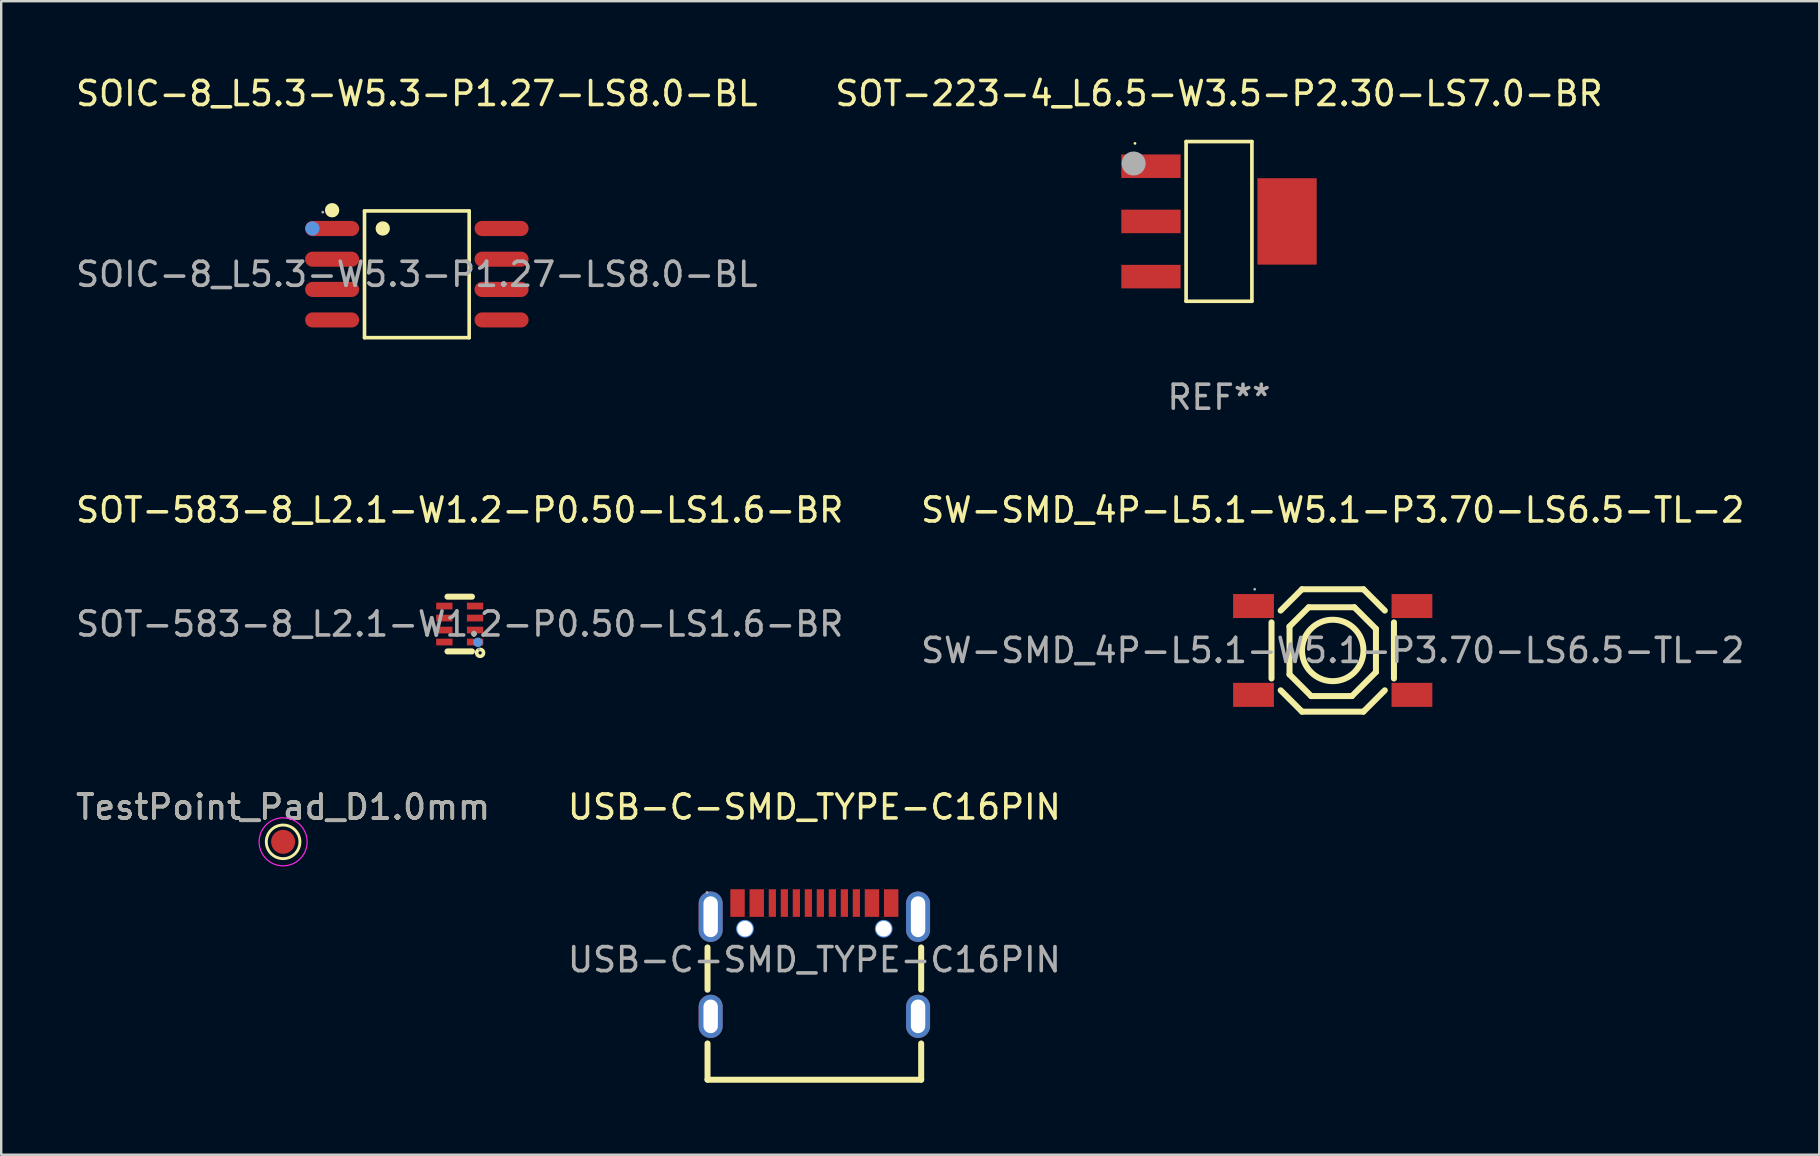
<source format=kicad_pcb>
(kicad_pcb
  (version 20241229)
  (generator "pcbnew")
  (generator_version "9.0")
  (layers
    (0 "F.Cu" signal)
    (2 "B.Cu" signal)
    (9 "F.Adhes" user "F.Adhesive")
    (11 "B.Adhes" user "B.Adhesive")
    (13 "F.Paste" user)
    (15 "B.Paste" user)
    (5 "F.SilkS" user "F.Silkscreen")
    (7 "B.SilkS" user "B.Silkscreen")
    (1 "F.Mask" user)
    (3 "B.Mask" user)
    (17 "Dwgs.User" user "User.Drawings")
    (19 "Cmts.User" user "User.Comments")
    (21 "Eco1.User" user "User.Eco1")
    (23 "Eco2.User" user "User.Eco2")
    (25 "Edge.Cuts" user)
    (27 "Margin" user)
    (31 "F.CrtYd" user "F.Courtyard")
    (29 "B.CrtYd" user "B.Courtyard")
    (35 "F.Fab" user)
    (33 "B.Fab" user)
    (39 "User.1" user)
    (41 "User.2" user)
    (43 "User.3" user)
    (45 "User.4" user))
  (footprint "SOIC-8_L5.3-W5.3-P1.27-LS8.0-BL"
    (layer "F.Cu")
    (at 14.315 8.378)
    (property "Reference" "SOIC-8_L5.3-W5.3-P1.27-LS8.0-BL" (at 0 -7.53 0) (layer "F.SilkS") (effects (font (size 1 1) (thickness 0.15))))
    (attr smd)
    (fp_line (start -2.18 -2.64) (end 2.18 -2.64) (stroke (width 0.15) (type solid)) (layer "F.SilkS"))
    (fp_line (start -2.18 2.64) (end -2.18 -2.64) (stroke (width 0.15) (type solid)) (layer "F.SilkS"))
    (fp_line (start 2.18 -2.64) (end 2.18 2.64) (stroke (width 0.15) (type solid)) (layer "F.SilkS"))
    (fp_line (start 2.18 2.64) (end -2.18 2.64) (stroke (width 0.15) (type solid)) (layer "F.SilkS"))
    (fp_circle (center -3.53 -2.67) (end -3.53 -2.52) (stroke (width 0.3) (type solid)) (fill no) (layer "F.SilkS"))
    (fp_circle (center -1.42 -1.91) (end -1.42 -1.76) (stroke (width 0.3) (type solid)) (fill no) (layer "F.SilkS"))
    (fp_circle (center -4.35 -1.91) (end -4.35 -1.76) (stroke (width 0.3) (type solid)) (fill no) (layer "Cmts.User"))
    (fp_circle (center -3.92 -2.59) (end -3.92 -2.56) (stroke (width 0.06) (type solid)) (fill no) (layer "F.Fab"))
    (fp_text user "${REFERENCE}" (at 0 0 0) (layer "F.Fab") (effects (font (size 1 1) (thickness 0.15))))
    (pad "1" smd oval (at -3.53 -1.91 270) (size 0.63 2.25) (layers "F.Cu" "F.Mask" "F.Paste"))
    (pad "2" smd oval (at -3.53 -0.63 270) (size 0.63 2.25) (layers "F.Cu" "F.Mask" "F.Paste"))
    (pad "3" smd oval (at -3.53 0.63 270) (size 0.63 2.25) (layers "F.Cu" "F.Mask" "F.Paste"))
    (pad "4" smd oval (at -3.53 1.9 270) (size 0.63 2.25) (layers "F.Cu" "F.Mask" "F.Paste"))
    (pad "5" smd oval (at 3.53 1.9 270) (size 0.63 2.25) (layers "F.Cu" "F.Mask" "F.Paste"))
    (pad "6" smd oval (at 3.53 0.63 270) (size 0.63 2.25) (layers "F.Cu" "F.Mask" "F.Paste"))
    (pad "7" smd oval (at 3.53 -0.63 270) (size 0.63 2.25) (layers "F.Cu" "F.Mask" "F.Paste"))
    (pad "8" smd oval (at 3.53 -1.91 270) (size 0.63 2.25) (layers "F.Cu" "F.Mask" "F.Paste")))
  (footprint "SOT-583-8_L2.1-W1.2-P0.50-LS1.6-BR"
    (layer "F.Cu")
    (at 16.101 22.947)
    (property "Reference" "SOT-583-8_L2.1-W1.2-P0.50-LS1.6-BR" (at 0 -4.75 0) (layer "F.SilkS") (effects (font (size 1 1) (thickness 0.15))))
    (attr smd)
    (fp_line (start -0.51 1.14) (end 0.51 1.14) (stroke (width 0.25) (type solid)) (layer "F.SilkS"))
    (fp_line (start 0.51 -1.14) (end -0.51 -1.14) (stroke (width 0.25) (type solid)) (layer "F.SilkS"))
    (fp_circle (center 0.85 1.2) (end 0.92 1.2) (stroke (width 0.15) (type solid)) (fill no) (layer "F.SilkS"))
    (fp_circle (center 0.76 0.76) (end 0.86 0.76) (stroke (width 0.2) (type solid)) (fill no) (layer "Cmts.User"))
    (fp_circle (center 0.8 1.05) (end 0.83 1.05) (stroke (width 0.06) (type solid)) (fill no) (layer "F.Fab"))
    (fp_text user "${REFERENCE}" (at 0 0 0) (layer "F.Fab") (effects (font (size 1 1) (thickness 0.15))))
    (pad "1" smd rect (at 0.64 0.75 90) (size 0.28 0.68) (layers "F.Cu" "F.Mask" "F.Paste"))
    (pad "2" smd rect (at 0.64 0.25 90) (size 0.28 0.68) (layers "F.Cu" "F.Mask" "F.Paste"))
    (pad "3" smd rect (at 0.64 -0.25 90) (size 0.28 0.68) (layers "F.Cu" "F.Mask" "F.Paste"))
    (pad "4" smd rect (at 0.64 -0.75 90) (size 0.28 0.68) (layers "F.Cu" "F.Mask" "F.Paste"))
    (pad "5" smd rect (at -0.64 -0.75 90) (size 0.28 0.68) (layers "F.Cu" "F.Mask" "F.Paste"))
    (pad "6" smd rect (at -0.64 -0.25 90) (size 0.28 0.68) (layers "F.Cu" "F.Mask" "F.Paste"))
    (pad "7" smd rect (at -0.64 0.25 90) (size 0.28 0.68) (layers "F.Cu" "F.Mask" "F.Paste"))
    (pad "8" smd rect (at -0.64 0.75 90) (size 0.28 0.68) (layers "F.Cu" "F.Mask" "F.Paste")))
  (footprint "USB-C-SMD_TYPE-C16PIN"
    (layer "F.Cu")
    (at 30.875 36.93)
    (property "Reference" "USB-C-SMD_TYPE-C16PIN" (at 0 -6.36 0) (layer "F.SilkS") (effects (font (size 1 1) (thickness 0.15))))
    (attr smd)
    (fp_line (start -4.45 -0.51) (end -4.45 1.25) (stroke (width 0.25) (type solid)) (layer "F.SilkS"))
    (fp_line (start -4.45 3.49) (end -4.45 5) (stroke (width 0.25) (type solid)) (layer "F.SilkS"))
    (fp_line (start -4.45 5) (end 4.45 5) (stroke (width 0.25) (type solid)) (layer "F.SilkS"))
    (fp_line (start 4.45 1.25) (end 4.45 -0.51) (stroke (width 0.25) (type solid)) (layer "F.SilkS"))
    (fp_line (start 4.45 5) (end 4.45 3.49) (stroke (width 0.25) (type solid)) (layer "F.SilkS"))
    (fp_circle (center -2.89 -1.29) (end -2.77 -1.29) (stroke (width 0.25) (type solid)) (fill no) (layer "Cmts.User"))
    (fp_circle (center 2.89 -1.29) (end 3.01 -1.29) (stroke (width 0.25) (type solid)) (fill no) (layer "Cmts.User"))
    (fp_circle (center -4.47 -2.8) (end -4.44 -2.8) (stroke (width 0.06) (type solid)) (fill no) (layer "F.Fab"))
    (fp_text user "${REFERENCE}" (at 0 0 0) (layer "F.Fab") (effects (font (size 1 1) (thickness 0.15))))
    (pad "" thru_hole circle (at -2.89 -1.29) (size 0.65 0.65) (drill 0.65) (layers "*.Cu" "*.Mask"))
    (pad "" thru_hole circle (at 2.89 -1.29) (size 0.65 0.65) (drill 0.65) (layers "*.Cu" "*.Mask"))
    (pad "1" thru_hole oval (at -4.32 -1.79) (size 1 2.1) (drill oval 0.6 1.7) (layers "*.Cu" "*.Mask"))
    (pad "2" thru_hole oval (at 4.32 -1.79) (size 1 2.1) (drill oval 0.6 1.7) (layers "*.Cu" "*.Mask"))
    (pad "3" thru_hole oval (at -4.32 2.36) (size 1 1.8) (drill oval 0.6 1.4) (layers "*.Cu" "*.Mask"))
    (pad "4" thru_hole oval (at 4.32 2.36) (size 1 1.8) (drill oval 0.6 1.4) (layers "*.Cu" "*.Mask"))
    (pad "A1B12" smd rect (at -3.2 -2.36) (size 0.6 1.15) (layers "F.Cu" "F.Mask" "F.Paste"))
    (pad "A4B9" smd rect (at -2.4 -2.36) (size 0.6 1.15) (layers "F.Cu" "F.Mask" "F.Paste"))
    (pad "A5" smd rect (at -1.25 -2.36) (size 0.3 1.15) (layers "F.Cu" "F.Mask" "F.Paste"))
    (pad "A6" smd rect (at -0.25 -2.36) (size 0.3 1.15) (layers "F.Cu" "F.Mask" "F.Paste"))
    (pad "A7" smd rect (at 0.25 -2.36) (size 0.3 1.15) (layers "F.Cu" "F.Mask" "F.Paste"))
    (pad "A8" smd rect (at -1.75 -2.36) (size 0.3 1.15) (layers "F.Cu" "F.Mask" "F.Paste"))
    (pad "B1A12" smd rect (at 3.2 -2.36) (size 0.6 1.15) (layers "F.Cu" "F.Mask" "F.Paste"))
    (pad "B4A9" smd rect (at 2.4 -2.36) (size 0.6 1.15) (layers "F.Cu" "F.Mask" "F.Paste"))
    (pad "B5" smd rect (at 1.75 -2.36) (size 0.3 1.15) (layers "F.Cu" "F.Mask" "F.Paste"))
    (pad "B6" smd rect (at 0.75 -2.36) (size 0.3 1.15) (layers "F.Cu" "F.Mask" "F.Paste"))
    (pad "B7" smd rect (at -0.75 -2.36) (size 0.3 1.15) (layers "F.Cu" "F.Mask" "F.Paste"))
    (pad "B8" smd rect (at 1.25 -2.36) (size 0.3 1.15) (layers "F.Cu" "F.Mask" "F.Paste")))
  (footprint "SOT-223-4_L6.5-W3.5-P2.30-LS7.0-BR"
    (layer "F.Cu")
    (at 47.732 6.174)
    (property "Reference" "SOT-223-4_L6.5-W3.5-P2.30-LS7.0-BR" (at 0 -5.326 0) (layer "F.SilkS") (effects (font (size 1 1) (thickness 0.15))))
    (attr smd)
    (fp_line (start -1.371 -3.326) (end 1.371 -3.326) (stroke (width 0.152) (type solid)) (layer "F.SilkS"))
    (fp_line (start -1.371 3.326) (end -1.371 -3.326) (stroke (width 0.152) (type solid)) (layer "F.SilkS"))
    (fp_line (start 1.371 -3.326) (end 1.371 3.326) (stroke (width 0.152) (type solid)) (layer "F.SilkS"))
    (fp_line (start 1.371 3.326) (end -1.371 3.326) (stroke (width 0.152) (type solid)) (layer "F.SilkS"))
    (fp_circle (center -3.5 -3.25) (end -3.53 -3.25) (stroke (width 0.06) (type solid)) (fill no) (layer "F.SilkS"))
    (fp_circle (center -3.556 -2.413) (end -3.806 -2.413) (stroke (width 0.5) (type solid)) (fill no) (layer "F.Fab"))
    (fp_text user "REF**" (at 0 7.326 0) (layer "F.Fab") (effects (font (size 1 1) (thickness 0.15))))
    (pad "1" smd rect (at -2.835 -2.3 180) (size 2.47 0.98) (layers "F.Cu" "F.Mask" "F.Paste"))
    (pad "2" smd rect (at -2.835 0 180) (size 2.47 0.98) (layers "F.Cu" "F.Mask" "F.Paste"))
    (pad "3" smd rect (at -2.835 2.3 180) (size 2.47 0.98) (layers "F.Cu" "F.Mask" "F.Paste"))
    (pad "4" smd rect (at 2.835 0 180) (size 2.47 3.6) (layers "F.Cu" "F.Mask" "F.Paste")))
  (footprint "TestPoint_Pad_D1.0mm"
    (layer "F.Cu")
    (at 8.744 32.02)
    (property "Reference" "TestPoint_Pad_D1.0mm" (at 0 -1.448 0) (layer "F.SilkS") (effects (font (size 1 1) (thickness 0.15))))
    (attr exclude_from_pos_files)
    (fp_circle (center 0 0) (end 0 0.7) (stroke (width 0.12) (type solid)) (fill no) (layer "F.SilkS"))
    (fp_circle (center 0 0) (end 1 0) (stroke (width 0.05) (type solid)) (fill no) (layer "F.CrtYd"))
    (fp_text user "${REFERENCE}" (at 0 -1.45 0) (layer "F.Fab") (effects (font (size 1 1) (thickness 0.15))))
    (pad "1" smd circle (at 0 0) (size 1 1) (layers "F.Cu" "F.Mask")))
  (footprint "SW-SMD_4P-L5.1-W5.1-P3.70-LS6.5-TL-2"
    (placed yes)
    (layer "F.Cu")
    (at 52.47 24.047)
    (property "Reference" "SW-SMD_4P-L5.1-W5.1-P3.70-LS6.5-TL-2" (at 0 -5.85 180) (layer "F.SilkS") (effects (font (size 1 1) (thickness 0.15))))
    (attr smd)
    (fp_line (start -2.55 -1.17) (end -2.55 1.17) (stroke (width 0.25) (type solid)) (layer "F.SilkS"))
    (fp_line (start -2.17 1.66) (end -1.28 2.55) (stroke (width 0.25) (type solid)) (layer "F.SilkS"))
    (fp_line (start -1.8 -1) (end -1 -1.8) (stroke (width 0.25) (type solid)) (layer "F.SilkS"))
    (fp_line (start -1.8 1) (end -1.8 -1) (stroke (width 0.25) (type solid)) (layer "F.SilkS"))
    (fp_line (start -1.28 -2.55) (end -2.17 -1.66) (stroke (width 0.25) (type solid)) (layer "F.SilkS"))
    (fp_line (start -1.28 -2.55) (end 1.28 -2.55) (stroke (width 0.25) (type solid)) (layer "F.SilkS"))
    (fp_line (start -1.28 2.55) (end 1.28 2.55) (stroke (width 0.25) (type solid)) (layer "F.SilkS"))
    (fp_line (start -1 -1.8) (end 0.9 -1.8) (stroke (width 0.25) (type solid)) (layer "F.SilkS"))
    (fp_line (start -0.9 1.9) (end -1.8 1) (stroke (width 0.25) (type solid)) (layer "F.SilkS"))
    (fp_line (start 0.8 1.9) (end -0.9 1.9) (stroke (width 0.25) (type solid)) (layer "F.SilkS"))
    (fp_line (start 0.9 -1.8) (end 1.8 -0.9) (stroke (width 0.25) (type solid)) (layer "F.SilkS"))
    (fp_line (start 1.28 -2.55) (end 2.17 -1.66) (stroke (width 0.25) (type solid)) (layer "F.SilkS"))
    (fp_line (start 1.8 -0.9) (end 1.8 0.9) (stroke (width 0.25) (type solid)) (layer "F.SilkS"))
    (fp_line (start 1.8 0.9) (end 0.8 1.9) (stroke (width 0.25) (type solid)) (layer "F.SilkS"))
    (fp_line (start 2.17 1.66) (end 1.28 2.55) (stroke (width 0.25) (type solid)) (layer "F.SilkS"))
    (fp_line (start 2.55 -1.17) (end 2.55 1.17) (stroke (width 0.25) (type solid)) (layer "F.SilkS"))
    (fp_circle (center 0 0) (end 1.28 0) (stroke (width 0.25) (type solid)) (fill no) (layer "F.SilkS"))
    (fp_circle (center -3.25 -2.55) (end -3.22 -2.55) (stroke (width 0.06) (type solid)) (fill no) (layer "F.Fab"))
    (fp_text user "${REFERENCE}" (at 0 0 180) (layer "F.Fab") (effects (font (size 1 1) (thickness 0.15))))
    (pad "1" smd rect (at -3.3 -1.85) (size 1.7 1) (layers "F.Cu" "F.Mask" "F.Paste"))
    (pad "2" smd rect (at 3.3 -1.85) (size 1.7 1) (layers "F.Cu" "F.Mask" "F.Paste"))
    (pad "3" smd rect (at -3.3 1.85) (size 1.7 1) (layers "F.Cu" "F.Mask" "F.Paste"))
    (pad "4" smd rect (at 3.3 1.85) (size 1.7 1) (layers "F.Cu" "F.Mask" "F.Paste")))
  (gr_rect
    (start -3 -3)
    (end 72.738 45.055)
    (stroke (width 0.1) (type default))
    (fill no)
    (layer "Edge.Cuts")))
</source>
